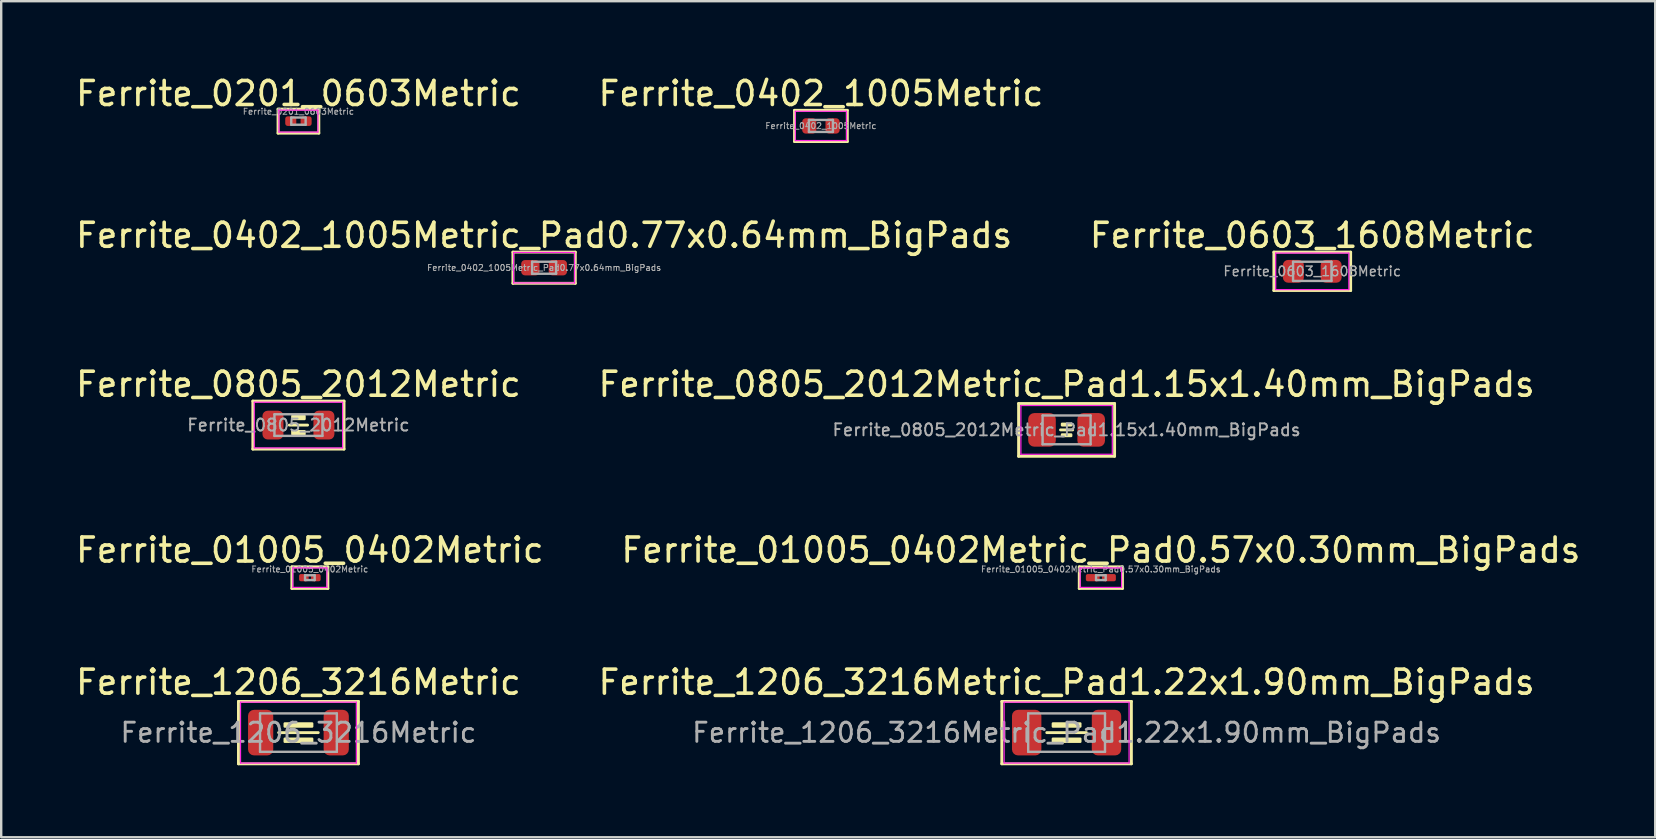
<source format=kicad_pcb>
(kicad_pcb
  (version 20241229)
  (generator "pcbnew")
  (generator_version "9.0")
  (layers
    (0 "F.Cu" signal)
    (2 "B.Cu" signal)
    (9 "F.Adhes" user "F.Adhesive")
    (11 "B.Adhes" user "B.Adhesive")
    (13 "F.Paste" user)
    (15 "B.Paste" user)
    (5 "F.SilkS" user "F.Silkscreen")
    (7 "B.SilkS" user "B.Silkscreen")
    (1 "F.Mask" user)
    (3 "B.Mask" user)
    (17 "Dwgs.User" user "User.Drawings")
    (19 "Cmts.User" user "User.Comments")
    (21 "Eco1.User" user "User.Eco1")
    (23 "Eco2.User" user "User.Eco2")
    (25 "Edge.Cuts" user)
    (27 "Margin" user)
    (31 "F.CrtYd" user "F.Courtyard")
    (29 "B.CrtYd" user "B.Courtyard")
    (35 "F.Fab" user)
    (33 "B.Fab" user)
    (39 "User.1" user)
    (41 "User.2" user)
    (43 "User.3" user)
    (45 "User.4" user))
  (footprint "Ferrite_0603_1608Metric"
    (layer "F.Cu")
    (at 51.637 8.257)
    (property "Reference" "Ferrite_0603_1608Metric" (at 0 -1.5 0) (layer "F.SilkS") (effects (font (size 1 1) (thickness 0.15))))
    (attr smd)
    (fp_line (start -1.6 -0.8) (end -1.6 0.8) (stroke (width 0.12) (type solid)) (layer "F.SilkS"))
    (fp_line (start -1.6 0.8) (end 1.6 0.8) (stroke (width 0.12) (type solid)) (layer "F.SilkS"))
    (fp_line (start 1.6 -0.8) (end -1.6 -0.8) (stroke (width 0.12) (type solid)) (layer "F.SilkS"))
    (fp_line (start 1.6 0.8) (end 1.6 -0.8) (stroke (width 0.12) (type solid)) (layer "F.SilkS"))
    (fp_line (start -1.524 -0.762) (end 1.524 -0.762) (stroke (width 0.05) (type solid)) (layer "F.CrtYd"))
    (fp_line (start -1.524 0.762) (end -1.524 -0.762) (stroke (width 0.05) (type solid)) (layer "F.CrtYd"))
    (fp_line (start 1.524 -0.762) (end 1.524 0.762) (stroke (width 0.05) (type solid)) (layer "F.CrtYd"))
    (fp_line (start 1.524 0.762) (end -1.524 0.762) (stroke (width 0.05) (type solid)) (layer "F.CrtYd"))
    (fp_line (start -0.8 -0.4) (end 0.8 -0.4) (stroke (width 0.1) (type solid)) (layer "F.Fab"))
    (fp_line (start -0.8 0.4) (end -0.8 -0.4) (stroke (width 0.1) (type solid)) (layer "F.Fab"))
    (fp_line (start 0.8 -0.4) (end 0.8 0.4) (stroke (width 0.1) (type solid)) (layer "F.Fab"))
    (fp_line (start 0.8 0.4) (end -0.8 0.4) (stroke (width 0.1) (type solid)) (layer "F.Fab"))
    (fp_text user "${REFERENCE}" (at 0 0 0) (layer "F.Fab") (effects (font (size 0.4 0.4) (thickness 0.06))))
    (pad "1" smd roundrect (at -0.787 0) (size 0.875 0.95) (layers "F.Cu" "F.Mask" "F.Paste") (roundrect_rratio 0.25))
    (pad "2" smd roundrect (at 0.787 0) (size 0.875 0.95) (layers "F.Cu" "F.Mask" "F.Paste") (roundrect_rratio 0.25)))
  (footprint "Ferrite_01005_0402Metric"
    (layer "F.Cu")
    (at 9.863 21.023)
    (property "Reference" "Ferrite_01005_0402Metric" (at 0 -1.15 0) (layer "F.SilkS") (effects (font (size 1 1) (thickness 0.15))))
    (attr smd)
    (fp_line (start -0.75 -0.45) (end -0.75 0.45) (stroke (width 0.12) (type solid)) (layer "F.SilkS"))
    (fp_line (start -0.75 0.45) (end 0.75 0.45) (stroke (width 0.12) (type solid)) (layer "F.SilkS"))
    (fp_line (start 0.75 -0.45) (end -0.75 -0.45) (stroke (width 0.12) (type solid)) (layer "F.SilkS"))
    (fp_line (start 0.75 0.45) (end 0.75 -0.45) (stroke (width 0.12) (type solid)) (layer "F.SilkS"))
    (fp_line (start -0.711 -0.406) (end 0.711 -0.406) (stroke (width 0.05) (type solid)) (layer "F.CrtYd"))
    (fp_line (start -0.711 0.406) (end -0.711 -0.406) (stroke (width 0.05) (type solid)) (layer "F.CrtYd"))
    (fp_line (start 0.711 -0.406) (end 0.711 0.406) (stroke (width 0.05) (type solid)) (layer "F.CrtYd"))
    (fp_line (start 0.711 0.406) (end -0.711 0.406) (stroke (width 0.05) (type solid)) (layer "F.CrtYd"))
    (fp_line (start -0.2 -0.1) (end 0.2 -0.1) (stroke (width 0.1) (type solid)) (layer "F.Fab"))
    (fp_line (start -0.2 0.1) (end -0.2 -0.1) (stroke (width 0.1) (type solid)) (layer "F.Fab"))
    (fp_line (start 0.2 -0.1) (end 0.2 0.1) (stroke (width 0.1) (type solid)) (layer "F.Fab"))
    (fp_line (start 0.2 0.1) (end -0.2 0.1) (stroke (width 0.1) (type solid)) (layer "F.Fab"))
    (fp_text user "${REFERENCE}" (at 0 -0.35 0) (layer "F.Fab") (effects (font (size 0.25 0.25) (thickness 0.04))))
    (pad "" smd roundrect (at -0.275 0) (size 0.27 0.27) (layers "F.Paste") (roundrect_rratio 0.25))
    (pad "" smd roundrect (at 0.275 0) (size 0.27 0.27) (layers "F.Paste") (roundrect_rratio 0.25))
    (pad "1" smd roundrect (at -0.25 0) (size 0.4 0.3) (layers "F.Cu" "F.Mask") (roundrect_rratio 0.25))
    (pad "2" smd roundrect (at 0.25 0) (size 0.4 0.3) (layers "F.Cu" "F.Mask") (roundrect_rratio 0.25)))
  (footprint "Ferrite_1206_3216Metric_Pad1.22x1.90mm_BigPads"
    (layer "F.Cu")
    (at 41.399 27.481)
    (property "Reference" "Ferrite_1206_3216Metric_Pad1.22x1.90mm_BigPads" (at 0 -2.1 0) (layer "F.SilkS") (effects (font (size 1 1) (thickness 0.15))))
    (attr smd)
    (fp_line (start -2.7 -1.3) (end -2.7 1.3) (stroke (width 0.12) (type solid)) (layer "F.SilkS"))
    (fp_line (start -2.7 1.3) (end 2.7 1.3) (stroke (width 0.12) (type solid)) (layer "F.SilkS"))
    (fp_line (start -0.826 0) (end 0.826 0) (stroke (width 0.12) (type solid)) (layer "F.SilkS"))
    (fp_line (start 2.7 -1.3) (end -2.7 -1.3) (stroke (width 0.12) (type solid)) (layer "F.SilkS"))
    (fp_line (start 2.7 1.3) (end 2.7 -1.3) (stroke (width 0.12) (type solid)) (layer "F.SilkS"))
    (fp_poly (pts (xy 0.572 -0.254) (xy -0.572 -0.254) (xy -0.572 -0.381) (xy 0.572 -0.381)) (stroke (width 0.1) (type solid)) (fill yes) (layer "F.SilkS"))
    (fp_poly (pts (xy 0.572 0.381) (xy -0.572 0.381) (xy -0.572 0.254) (xy 0.572 0.254)) (stroke (width 0.1) (type solid)) (fill yes) (layer "F.SilkS"))
    (fp_line (start -2.603 -1.27) (end 2.603 -1.27) (stroke (width 0.05) (type solid)) (layer "F.CrtYd"))
    (fp_line (start -2.603 1.27) (end -2.603 -1.27) (stroke (width 0.05) (type solid)) (layer "F.CrtYd"))
    (fp_line (start 2.603 -1.27) (end 2.603 1.27) (stroke (width 0.05) (type solid)) (layer "F.CrtYd"))
    (fp_line (start 2.603 1.27) (end -2.603 1.27) (stroke (width 0.05) (type solid)) (layer "F.CrtYd"))
    (fp_line (start -1.6 -0.8) (end 1.6 -0.8) (stroke (width 0.1) (type solid)) (layer "F.Fab"))
    (fp_line (start -1.6 0.8) (end -1.6 -0.8) (stroke (width 0.1) (type solid)) (layer "F.Fab"))
    (fp_line (start 1.6 -0.8) (end 1.6 0.8) (stroke (width 0.1) (type solid)) (layer "F.Fab"))
    (fp_line (start 1.6 0.8) (end -1.6 0.8) (stroke (width 0.1) (type solid)) (layer "F.Fab"))
    (fp_text user "${REFERENCE}" (at 0 0 0) (layer "F.Fab") (effects (font (size 0.8 0.8) (thickness 0.12))))
    (pad "1" smd roundrect (at -1.663 0) (size 1.225 1.9) (layers "F.Cu" "F.Mask" "F.Paste") (roundrect_rratio 0.204))
    (pad "2" smd roundrect (at 1.663 0) (size 1.225 1.9) (layers "F.Cu" "F.Mask" "F.Paste") (roundrect_rratio 0.204)))
  (footprint "Ferrite_01005_0402Metric_Pad0.57x0.30mm_BigPads"
    (layer "F.Cu")
    (at 42.827 21.023)
    (property "Reference" "Ferrite_01005_0402Metric_Pad0.57x0.30mm_BigPads" (at 0 -1.15 0) (layer "F.SilkS") (effects (font (size 1 1) (thickness 0.15))))
    (attr smd)
    (fp_line (start -0.9 -0.45) (end -0.9 0.45) (stroke (width 0.12) (type solid)) (layer "F.SilkS"))
    (fp_line (start -0.9 0.45) (end 0.9 0.45) (stroke (width 0.12) (type solid)) (layer "F.SilkS"))
    (fp_line (start 0.9 -0.45) (end -0.9 -0.45) (stroke (width 0.12) (type solid)) (layer "F.SilkS"))
    (fp_line (start 0.9 0.45) (end 0.9 -0.45) (stroke (width 0.12) (type solid)) (layer "F.SilkS"))
    (fp_line (start -0.864 -0.406) (end 0.864 -0.406) (stroke (width 0.05) (type solid)) (layer "F.CrtYd"))
    (fp_line (start -0.864 0.406) (end -0.864 -0.406) (stroke (width 0.05) (type solid)) (layer "F.CrtYd"))
    (fp_line (start 0.864 -0.406) (end 0.864 0.406) (stroke (width 0.05) (type solid)) (layer "F.CrtYd"))
    (fp_line (start 0.864 0.406) (end -0.864 0.406) (stroke (width 0.05) (type solid)) (layer "F.CrtYd"))
    (fp_line (start -0.2 -0.1) (end 0.2 -0.1) (stroke (width 0.1) (type solid)) (layer "F.Fab"))
    (fp_line (start -0.2 0.1) (end -0.2 -0.1) (stroke (width 0.1) (type solid)) (layer "F.Fab"))
    (fp_line (start 0.2 -0.1) (end 0.2 0.1) (stroke (width 0.1) (type solid)) (layer "F.Fab"))
    (fp_line (start 0.2 0.1) (end -0.2 0.1) (stroke (width 0.1) (type solid)) (layer "F.Fab"))
    (fp_text user "${REFERENCE}" (at 0 -0.35 0) (layer "F.Fab") (effects (font (size 0.25 0.25) (thickness 0.04))))
    (pad "" smd roundrect (at -0.362 0) (size 0.41 0.27) (layers "F.Paste") (roundrect_rratio 0.25))
    (pad "" smd roundrect (at 0.362 0) (size 0.41 0.27) (layers "F.Paste") (roundrect_rratio 0.25))
    (pad "1" smd roundrect (at -0.338 0) (size 0.575 0.3) (layers "F.Cu" "F.Mask") (roundrect_rratio 0.25))
    (pad "2" smd roundrect (at 0.338 0) (size 0.575 0.3) (layers "F.Cu" "F.Mask") (roundrect_rratio 0.25)))
  (footprint "Ferrite_0805_2012Metric"
    (layer "F.Cu")
    (at 9.387 14.665)
    (property "Reference" "Ferrite_0805_2012Metric" (at 0 -1.7 0) (layer "F.SilkS") (effects (font (size 1 1) (thickness 0.15))))
    (attr smd)
    (fp_line (start -1.9 -1) (end -1.9 1) (stroke (width 0.12) (type solid)) (layer "F.SilkS"))
    (fp_line (start -1.9 1) (end 1.9 1) (stroke (width 0.12) (type solid)) (layer "F.SilkS"))
    (fp_line (start -0.381 0) (end 0.381 0) (stroke (width 0.12) (type solid)) (layer "F.SilkS"))
    (fp_line (start 1.9 -1) (end -1.9 -1) (stroke (width 0.12) (type solid)) (layer "F.SilkS"))
    (fp_line (start 1.9 1) (end 1.9 -1) (stroke (width 0.12) (type solid)) (layer "F.SilkS"))
    (fp_poly (pts (xy -0.254 0.254) (xy 0.254 0.254) (xy 0.254 0.381) (xy -0.254 0.381)) (stroke (width 0.1) (type solid)) (fill yes) (layer "F.SilkS"))
    (fp_poly (pts (xy 0.254 -0.254) (xy -0.254 -0.254) (xy -0.254 -0.381) (xy 0.254 -0.381)) (stroke (width 0.1) (type solid)) (fill yes) (layer "F.SilkS"))
    (fp_line (start -1.841 -0.953) (end 1.841 -0.953) (stroke (width 0.05) (type solid)) (layer "F.CrtYd"))
    (fp_line (start -1.841 0.953) (end -1.841 -0.953) (stroke (width 0.05) (type solid)) (layer "F.CrtYd"))
    (fp_line (start 1.841 -0.953) (end 1.841 0.953) (stroke (width 0.05) (type solid)) (layer "F.CrtYd"))
    (fp_line (start 1.841 0.953) (end -1.841 0.953) (stroke (width 0.05) (type solid)) (layer "F.CrtYd"))
    (fp_line (start -1 -0.45) (end 1 -0.45) (stroke (width 0.1) (type solid)) (layer "F.Fab"))
    (fp_line (start -1 0.45) (end -1 -0.45) (stroke (width 0.1) (type solid)) (layer "F.Fab"))
    (fp_line (start 1 -0.45) (end 1 0.45) (stroke (width 0.1) (type solid)) (layer "F.Fab"))
    (fp_line (start 1 0.45) (end -1 0.45) (stroke (width 0.1) (type solid)) (layer "F.Fab"))
    (fp_text user "${REFERENCE}" (at 0 0 0) (layer "F.Fab") (effects (font (size 0.5 0.5) (thickness 0.08))))
    (pad "1" smd roundrect (at -1.062 0) (size 0.875 1.2) (layers "F.Cu" "F.Mask" "F.Paste") (roundrect_rratio 0.25))
    (pad "2" smd roundrect (at 1.062 0) (size 0.875 1.2) (layers "F.Cu" "F.Mask" "F.Paste") (roundrect_rratio 0.25)))
  (footprint "Ferrite_0402_1005Metric"
    (layer "F.Cu")
    (at 31.161 2.198)
    (property "Reference" "Ferrite_0402_1005Metric" (at 0 -1.35 0) (layer "F.SilkS") (effects (font (size 1 1) (thickness 0.15))))
    (attr smd)
    (fp_line (start -1.1 -0.65) (end -1.1 0.65) (stroke (width 0.12) (type solid)) (layer "F.SilkS"))
    (fp_line (start -1.1 0.65) (end 1.1 0.65) (stroke (width 0.12) (type solid)) (layer "F.SilkS"))
    (fp_line (start 1.1 -0.65) (end -1.1 -0.65) (stroke (width 0.12) (type solid)) (layer "F.SilkS"))
    (fp_line (start 1.1 0.65) (end 1.1 -0.65) (stroke (width 0.12) (type solid)) (layer "F.SilkS"))
    (fp_line (start -1.067 -0.61) (end 1.067 -0.61) (stroke (width 0.05) (type solid)) (layer "F.CrtYd"))
    (fp_line (start -1.067 0.61) (end -1.067 -0.61) (stroke (width 0.05) (type solid)) (layer "F.CrtYd"))
    (fp_line (start 1.067 -0.61) (end 1.067 0.61) (stroke (width 0.05) (type solid)) (layer "F.CrtYd"))
    (fp_line (start 1.067 0.61) (end -1.067 0.61) (stroke (width 0.05) (type solid)) (layer "F.CrtYd"))
    (fp_line (start -0.5 -0.25) (end 0.5 -0.25) (stroke (width 0.1) (type solid)) (layer "F.Fab"))
    (fp_line (start -0.5 0.25) (end -0.5 -0.25) (stroke (width 0.1) (type solid)) (layer "F.Fab"))
    (fp_line (start 0.5 -0.25) (end 0.5 0.25) (stroke (width 0.1) (type solid)) (layer "F.Fab"))
    (fp_line (start 0.5 0.25) (end -0.5 0.25) (stroke (width 0.1) (type solid)) (layer "F.Fab"))
    (fp_text user "${REFERENCE}" (at 0 0 0) (layer "F.Fab") (effects (font (size 0.25 0.25) (thickness 0.04))))
    (pad "1" smd roundrect (at -0.485 0) (size 0.59 0.64) (layers "F.Cu" "F.Mask" "F.Paste") (roundrect_rratio 0.25))
    (pad "2" smd roundrect (at 0.485 0) (size 0.59 0.64) (layers "F.Cu" "F.Mask" "F.Paste") (roundrect_rratio 0.25)))
  (footprint "Ferrite_1206_3216Metric"
    (layer "F.Cu")
    (at 9.387 27.481)
    (property "Reference" "Ferrite_1206_3216Metric" (at 0 -2.1 0) (layer "F.SilkS") (effects (font (size 1 1) (thickness 0.15))))
    (attr smd)
    (fp_line (start -2.5 -1.3) (end -2.5 1.3) (stroke (width 0.12) (type solid)) (layer "F.SilkS"))
    (fp_line (start -2.5 1.3) (end 2.5 1.3) (stroke (width 0.12) (type solid)) (layer "F.SilkS"))
    (fp_line (start -0.826 0) (end 0.826 0) (stroke (width 0.12) (type solid)) (layer "F.SilkS"))
    (fp_line (start 2.5 -1.3) (end -2.5 -1.3) (stroke (width 0.12) (type solid)) (layer "F.SilkS"))
    (fp_line (start 2.5 1.3) (end 2.5 -1.3) (stroke (width 0.12) (type solid)) (layer "F.SilkS"))
    (fp_poly (pts (xy 0.572 -0.254) (xy -0.572 -0.254) (xy -0.572 -0.381) (xy 0.572 -0.381)) (stroke (width 0.1) (type solid)) (fill yes) (layer "F.SilkS"))
    (fp_poly (pts (xy 0.572 0.381) (xy -0.572 0.381) (xy -0.572 0.254) (xy 0.572 0.254)) (stroke (width 0.1) (type solid)) (fill yes) (layer "F.SilkS"))
    (fp_line (start -2.413 -1.27) (end 2.413 -1.27) (stroke (width 0.05) (type solid)) (layer "F.CrtYd"))
    (fp_line (start -2.413 1.27) (end -2.413 -1.27) (stroke (width 0.05) (type solid)) (layer "F.CrtYd"))
    (fp_line (start 2.413 -1.27) (end 2.413 1.27) (stroke (width 0.05) (type solid)) (layer "F.CrtYd"))
    (fp_line (start 2.413 1.27) (end -2.413 1.27) (stroke (width 0.05) (type solid)) (layer "F.CrtYd"))
    (fp_line (start -1.6 -0.8) (end 1.6 -0.8) (stroke (width 0.1) (type solid)) (layer "F.Fab"))
    (fp_line (start -1.6 0.8) (end -1.6 -0.8) (stroke (width 0.1) (type solid)) (layer "F.Fab"))
    (fp_line (start 1.6 -0.8) (end 1.6 0.8) (stroke (width 0.1) (type solid)) (layer "F.Fab"))
    (fp_line (start 1.6 0.8) (end -1.6 0.8) (stroke (width 0.1) (type solid)) (layer "F.Fab"))
    (fp_text user "${REFERENCE}" (at 0 0 0) (layer "F.Fab") (effects (font (size 0.8 0.8) (thickness 0.12))))
    (pad "1" smd roundrect (at -1.575 0) (size 1.05 1.9) (layers "F.Cu" "F.Mask" "F.Paste") (roundrect_rratio 0.238))
    (pad "2" smd roundrect (at 1.575 0) (size 1.05 1.9) (layers "F.Cu" "F.Mask" "F.Paste") (roundrect_rratio 0.238)))
  (footprint "Ferrite_0201_0603Metric"
    (layer "F.Cu")
    (at 9.387 1.998)
    (property "Reference" "Ferrite_0201_0603Metric" (at 0 -1.15 0) (layer "F.SilkS") (effects (font (size 1 1) (thickness 0.15))))
    (attr smd)
    (fp_line (start -0.85 -0.5) (end -0.85 0.5) (stroke (width 0.12) (type solid)) (layer "F.SilkS"))
    (fp_line (start -0.85 0.5) (end 0.85 0.5) (stroke (width 0.12) (type solid)) (layer "F.SilkS"))
    (fp_line (start 0.85 -0.5) (end -0.85 -0.5) (stroke (width 0.12) (type solid)) (layer "F.SilkS"))
    (fp_line (start 0.85 0.5) (end 0.85 -0.5) (stroke (width 0.12) (type solid)) (layer "F.SilkS"))
    (fp_line (start -0.813 -0.457) (end 0.813 -0.457) (stroke (width 0.05) (type solid)) (layer "F.CrtYd"))
    (fp_line (start -0.813 0.457) (end -0.813 -0.457) (stroke (width 0.05) (type solid)) (layer "F.CrtYd"))
    (fp_line (start 0.813 -0.457) (end 0.813 0.457) (stroke (width 0.05) (type solid)) (layer "F.CrtYd"))
    (fp_line (start 0.813 0.457) (end -0.813 0.457) (stroke (width 0.05) (type solid)) (layer "F.CrtYd"))
    (fp_line (start -0.3 -0.15) (end 0.3 -0.15) (stroke (width 0.1) (type solid)) (layer "F.Fab"))
    (fp_line (start -0.3 0.15) (end -0.3 -0.15) (stroke (width 0.1) (type solid)) (layer "F.Fab"))
    (fp_line (start 0.3 -0.15) (end 0.3 0.15) (stroke (width 0.1) (type solid)) (layer "F.Fab"))
    (fp_line (start 0.3 0.15) (end -0.3 0.15) (stroke (width 0.1) (type solid)) (layer "F.Fab"))
    (fp_text user "${REFERENCE}" (at 0 -0.4 0) (layer "F.Fab") (effects (font (size 0.25 0.25) (thickness 0.04))))
    (pad "" smd roundrect (at -0.345 0) (size 0.318 0.36) (layers "F.Paste") (roundrect_rratio 0.25))
    (pad "" smd roundrect (at 0.345 0) (size 0.318 0.36) (layers "F.Paste") (roundrect_rratio 0.25))
    (pad "1" smd roundrect (at -0.32 0) (size 0.46 0.4) (layers "F.Cu" "F.Mask") (roundrect_rratio 0.25))
    (pad "2" smd roundrect (at 0.32 0) (size 0.46 0.4) (layers "F.Cu" "F.Mask") (roundrect_rratio 0.25)))
  (footprint "Ferrite_0805_2012Metric_Pad1.15x1.40mm_BigPads"
    (layer "F.Cu")
    (at 41.399 14.865)
    (property "Reference" "Ferrite_0805_2012Metric_Pad1.15x1.40mm_BigPads" (at 0 -1.9 0) (layer "F.SilkS") (effects (font (size 1 1) (thickness 0.15))))
    (attr smd)
    (fp_line (start -2 -1.1) (end -2 1.1) (stroke (width 0.12) (type solid)) (layer "F.SilkS"))
    (fp_line (start -2 1.1) (end 2 1.1) (stroke (width 0.12) (type solid)) (layer "F.SilkS"))
    (fp_line (start -0.254 0) (end 0.254 0) (stroke (width 0.12) (type solid)) (layer "F.SilkS"))
    (fp_line (start 2 -1.1) (end -2 -1.1) (stroke (width 0.12) (type solid)) (layer "F.SilkS"))
    (fp_line (start 2 1.1) (end 2 -1.1) (stroke (width 0.12) (type solid)) (layer "F.SilkS"))
    (fp_poly (pts (xy -0.191 0.191) (xy 0.191 0.191) (xy 0.191 0.254) (xy -0.191 0.254)) (stroke (width 0.1) (type solid)) (fill yes) (layer "F.SilkS"))
    (fp_poly (pts (xy 0.191 -0.191) (xy -0.191 -0.191) (xy -0.191 -0.254) (xy 0.191 -0.254)) (stroke (width 0.1) (type solid)) (fill yes) (layer "F.SilkS"))
    (fp_line (start -1.905 -1.016) (end 1.905 -1.016) (stroke (width 0.05) (type solid)) (layer "F.CrtYd"))
    (fp_line (start -1.905 1.016) (end -1.905 -1.016) (stroke (width 0.05) (type solid)) (layer "F.CrtYd"))
    (fp_line (start 1.905 -1.016) (end 1.905 1.016) (stroke (width 0.05) (type solid)) (layer "F.CrtYd"))
    (fp_line (start 1.905 1.016) (end -1.905 1.016) (stroke (width 0.05) (type solid)) (layer "F.CrtYd"))
    (fp_line (start -1 -0.6) (end 1 -0.6) (stroke (width 0.1) (type solid)) (layer "F.Fab"))
    (fp_line (start -1 0.6) (end -1 -0.6) (stroke (width 0.1) (type solid)) (layer "F.Fab"))
    (fp_line (start 1 -0.6) (end 1 0.6) (stroke (width 0.1) (type solid)) (layer "F.Fab"))
    (fp_line (start 1 0.6) (end -1 0.6) (stroke (width 0.1) (type solid)) (layer "F.Fab"))
    (fp_text user "${REFERENCE}" (at 0 0 0) (layer "F.Fab") (effects (font (size 0.5 0.5) (thickness 0.08))))
    (pad "1" smd roundrect (at -1.025 0) (size 1.15 1.4) (layers "F.Cu" "F.Mask" "F.Paste") (roundrect_rratio 0.217))
    (pad "2" smd roundrect (at 1.025 0) (size 1.15 1.4) (layers "F.Cu" "F.Mask" "F.Paste") (roundrect_rratio 0.217)))
  (footprint "Ferrite_0402_1005Metric_Pad0.77x0.64mm_BigPads"
    (layer "F.Cu")
    (at 19.625 8.107)
    (property "Reference" "Ferrite_0402_1005Metric_Pad0.77x0.64mm_BigPads" (at 0 -1.35 0) (layer "F.SilkS") (effects (font (size 1 1) (thickness 0.15))))
    (attr smd)
    (fp_line (start -1.3 -0.65) (end -1.3 0.65) (stroke (width 0.12) (type solid)) (layer "F.SilkS"))
    (fp_line (start -1.3 0.65) (end 1.3 0.65) (stroke (width 0.12) (type solid)) (layer "F.SilkS"))
    (fp_line (start 1.3 -0.65) (end -1.3 -0.65) (stroke (width 0.12) (type solid)) (layer "F.SilkS"))
    (fp_line (start 1.3 0.65) (end 1.3 -0.65) (stroke (width 0.12) (type solid)) (layer "F.SilkS"))
    (fp_line (start -1.27 -0.635) (end 1.27 -0.635) (stroke (width 0.05) (type solid)) (layer "F.CrtYd"))
    (fp_line (start -1.27 0.635) (end -1.27 -0.635) (stroke (width 0.05) (type solid)) (layer "F.CrtYd"))
    (fp_line (start 1.27 -0.635) (end 1.27 0.635) (stroke (width 0.05) (type solid)) (layer "F.CrtYd"))
    (fp_line (start 1.27 0.635) (end -1.27 0.635) (stroke (width 0.05) (type solid)) (layer "F.CrtYd"))
    (fp_line (start -0.5 -0.25) (end 0.5 -0.25) (stroke (width 0.1) (type solid)) (layer "F.Fab"))
    (fp_line (start -0.5 0.25) (end -0.5 -0.25) (stroke (width 0.1) (type solid)) (layer "F.Fab"))
    (fp_line (start 0.5 -0.25) (end 0.5 0.25) (stroke (width 0.1) (type solid)) (layer "F.Fab"))
    (fp_line (start 0.5 0.25) (end -0.5 0.25) (stroke (width 0.1) (type solid)) (layer "F.Fab"))
    (fp_text user "${REFERENCE}" (at 0 0 0) (layer "F.Fab") (effects (font (size 0.25 0.25) (thickness 0.04))))
    (pad "1" smd roundrect (at -0.573 0) (size 0.765 0.64) (layers "F.Cu" "F.Mask" "F.Paste") (roundrect_rratio 0.25))
    (pad "2" smd roundrect (at 0.573 0) (size 0.765 0.64) (layers "F.Cu" "F.Mask" "F.Paste") (roundrect_rratio 0.25)))
  (gr_rect
    (start -3 -3)
    (end 65.929 31.841)
    (stroke (width 0.1) (type default))
    (fill no)
    (layer "Edge.Cuts")))
</source>
